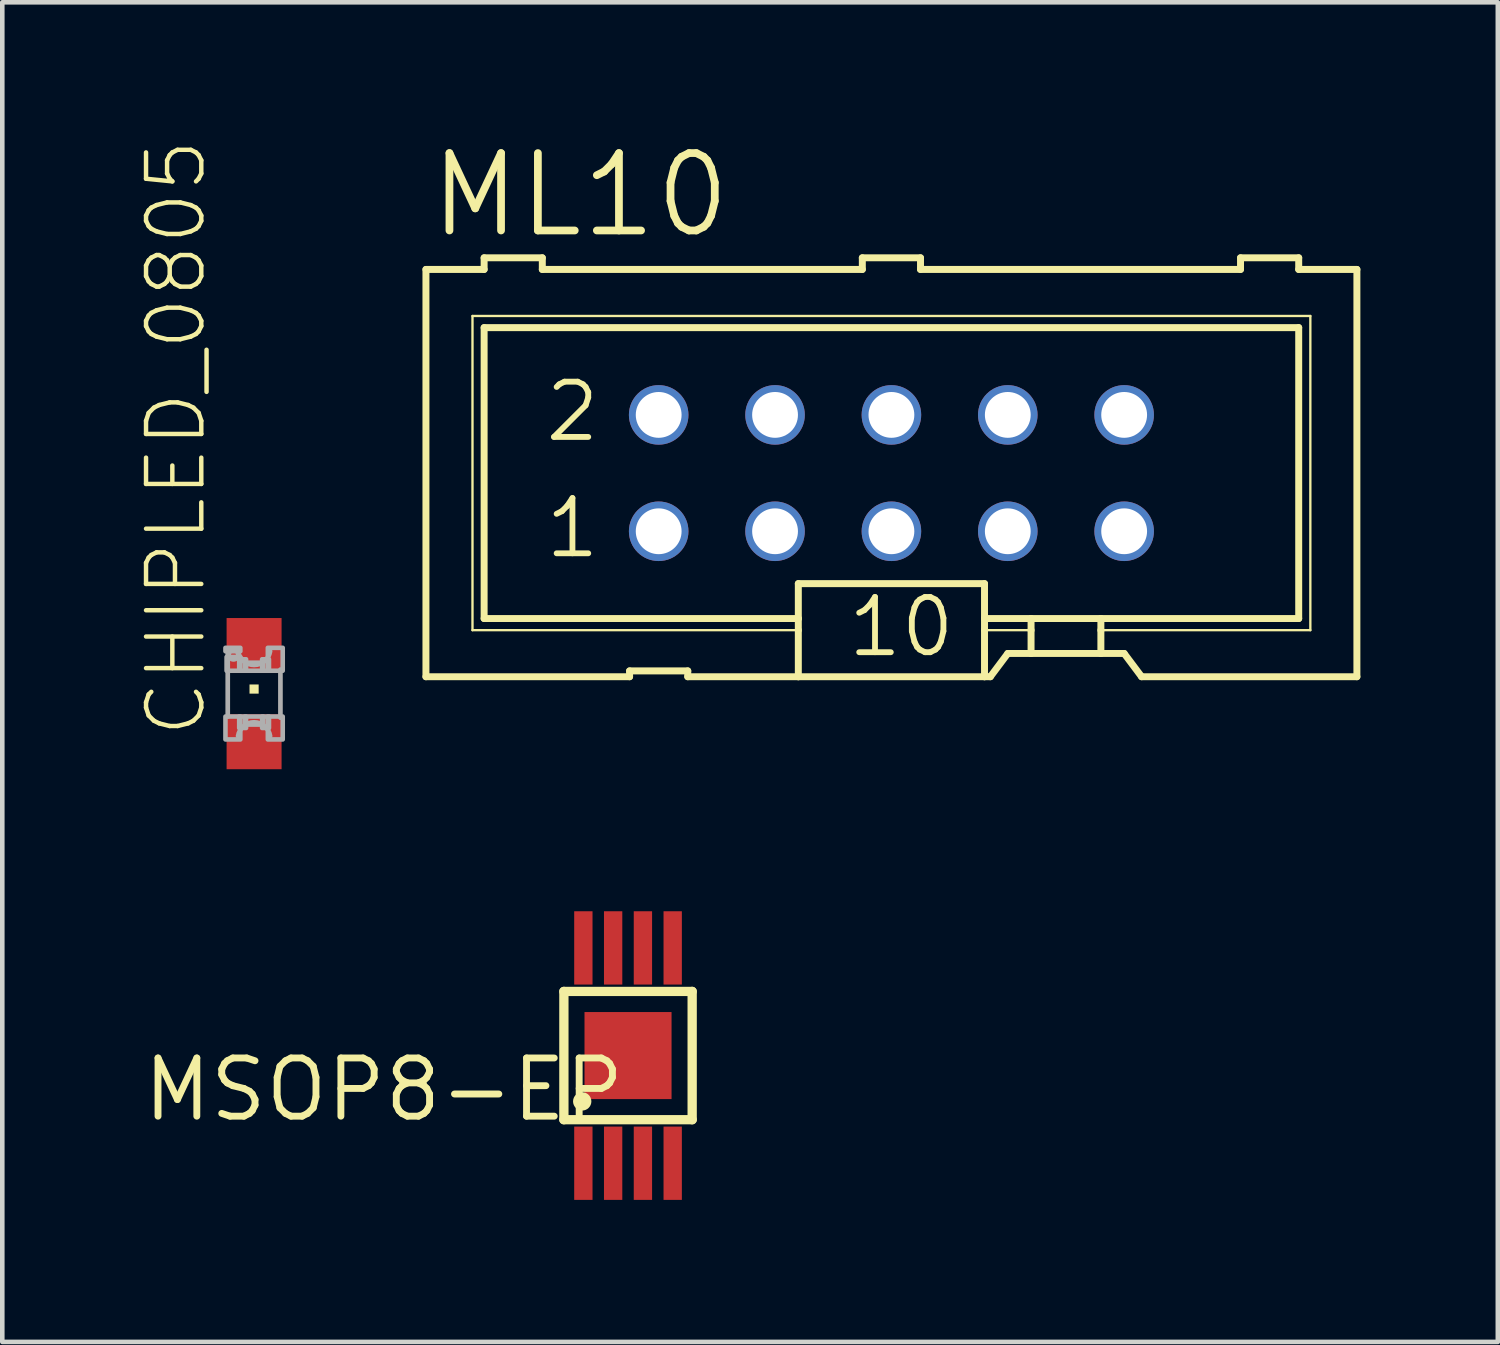
<source format=kicad_pcb>
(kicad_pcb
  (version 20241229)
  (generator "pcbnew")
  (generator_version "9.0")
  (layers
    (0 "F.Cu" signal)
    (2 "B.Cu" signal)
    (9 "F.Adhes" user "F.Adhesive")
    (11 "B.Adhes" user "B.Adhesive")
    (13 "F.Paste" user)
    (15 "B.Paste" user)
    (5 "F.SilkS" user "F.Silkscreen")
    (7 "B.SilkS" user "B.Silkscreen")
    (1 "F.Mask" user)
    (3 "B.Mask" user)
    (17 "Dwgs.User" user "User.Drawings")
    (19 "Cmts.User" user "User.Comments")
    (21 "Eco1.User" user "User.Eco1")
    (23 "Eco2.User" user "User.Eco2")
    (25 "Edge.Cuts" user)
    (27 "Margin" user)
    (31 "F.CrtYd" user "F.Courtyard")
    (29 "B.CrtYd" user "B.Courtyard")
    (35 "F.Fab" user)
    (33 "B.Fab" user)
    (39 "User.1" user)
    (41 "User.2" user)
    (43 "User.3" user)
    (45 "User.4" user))
  (footprint "MSOP8-EP"
    (layer "F.Cu")
    (at 10.658 19.99)
    (property "Reference" "MSOP8-EP" (at 0 0 0) (layer "F.SilkS") (effects (font (size 1.27 1.27) (thickness 0.15)) (justify right top)))
    (attr through_hole)
    (fp_poly (pts (xy -1.225 -1.525) (xy -0.725 -1.525) (xy -0.725 -3.25) (xy -1.225 -3.25)) (stroke (width 0) (type solid)) (fill yes) (layer "F.Mask"))
    (fp_poly (pts (xy -1.225 3.25) (xy -0.725 3.25) (xy -0.725 1.525) (xy -1.225 1.525)) (stroke (width 0) (type solid)) (fill yes) (layer "F.Mask"))
    (fp_poly (pts (xy -0.575 -1.525) (xy -0.075 -1.525) (xy -0.075 -3.25) (xy -0.575 -3.25)) (stroke (width 0) (type solid)) (fill yes) (layer "F.Mask"))
    (fp_poly (pts (xy -0.575 3.25) (xy -0.075 3.25) (xy -0.075 1.525) (xy -0.575 1.525)) (stroke (width 0) (type solid)) (fill yes) (layer "F.Mask"))
    (fp_poly (pts (xy 0.075 -1.525) (xy 0.575 -1.525) (xy 0.575 -3.25) (xy 0.075 -3.25)) (stroke (width 0) (type solid)) (fill yes) (layer "F.Mask"))
    (fp_poly (pts (xy 0.075 3.25) (xy 0.575 3.25) (xy 0.575 1.525) (xy 0.075 1.525)) (stroke (width 0) (type solid)) (fill yes) (layer "F.Mask"))
    (fp_poly (pts (xy 0.725 -1.525) (xy 1.225 -1.525) (xy 1.225 -3.25) (xy 0.725 -3.25)) (stroke (width 0) (type solid)) (fill yes) (layer "F.Mask"))
    (fp_poly (pts (xy 0.725 3.25) (xy 1.225 3.25) (xy 1.225 1.525) (xy 0.725 1.525)) (stroke (width 0) (type solid)) (fill yes) (layer "F.Mask"))
    (fp_line (start -1.4 -1.4) (end 1.4 -1.4) (stroke (width 0.203) (type solid)) (layer "F.SilkS"))
    (fp_line (start -1.4 1.4) (end -1.4 -1.4) (stroke (width 0.203) (type solid)) (layer "F.SilkS"))
    (fp_line (start 1.4 -1.4) (end 1.4 1.4) (stroke (width 0.203) (type solid)) (layer "F.SilkS"))
    (fp_line (start 1.4 1.4) (end -1.4 1.4) (stroke (width 0.203) (type solid)) (layer "F.SilkS"))
    (fp_circle (center -1 1) (end -0.9 1) (stroke (width 0.2) (type solid)) (fill no) (layer "F.SilkS"))
    (pad "1" smd rect (at -0.975 2.35) (size 0.4 1.6) (layers "F.Cu" "F.Mask" "F.Paste"))
    (pad "2" smd rect (at -0.325 2.35) (size 0.4 1.6) (layers "F.Cu" "F.Mask" "F.Paste"))
    (pad "3" smd rect (at 0.325 2.35) (size 0.4 1.6) (layers "F.Cu" "F.Mask" "F.Paste"))
    (pad "4" smd rect (at 0.975 2.35) (size 0.4 1.6) (layers "F.Cu" "F.Mask" "F.Paste"))
    (pad "5" smd rect (at 0.975 -2.35) (size 0.4 1.6) (layers "F.Cu" "F.Mask" "F.Paste"))
    (pad "6" smd rect (at 0.325 -2.35) (size 0.4 1.6) (layers "F.Cu" "F.Mask" "F.Paste"))
    (pad "7" smd rect (at -0.325 -2.35) (size 0.4 1.6) (layers "F.Cu" "F.Mask" "F.Paste"))
    (pad "8" smd rect (at -0.975 -2.35) (size 0.4 1.6) (layers "F.Cu" "F.Mask" "F.Paste"))
    (pad "EP" smd rect (at 0 0) (size 1.9 1.9) (layers "F.Cu" "F.Mask" "F.Paste")))
  (footprint "ML10"
    (layer "F.Cu")
    (at 16.407 7.276)
    (property "Reference" "ML10" (at -10.16 -5.08 180) (layer "F.SilkS") (effects (font (size 1.689 1.689) (thickness 0.169)) (justify left bottom)))
    (attr through_hole)
    (fp_line (start -10.16 -4.445) (end -10.16 4.445) (stroke (width 0.152) (type solid)) (layer "F.SilkS"))
    (fp_line (start -10.16 -4.445) (end -8.89 -4.445) (stroke (width 0.152) (type solid)) (layer "F.SilkS"))
    (fp_line (start -9.144 -3.429) (end -9.144 3.429) (stroke (width 0.051) (type solid)) (layer "F.SilkS"))
    (fp_line (start -9.144 3.429) (end -2.032 3.429) (stroke (width 0.051) (type solid)) (layer "F.SilkS"))
    (fp_line (start -8.89 -4.699) (end -8.89 -4.445) (stroke (width 0.152) (type solid)) (layer "F.SilkS"))
    (fp_line (start -8.89 -3.175) (end -8.89 3.175) (stroke (width 0.152) (type solid)) (layer "F.SilkS"))
    (fp_line (start -8.89 -3.175) (end 8.89 -3.175) (stroke (width 0.152) (type solid)) (layer "F.SilkS"))
    (fp_line (start -7.62 -4.699) (end -8.89 -4.699) (stroke (width 0.152) (type solid)) (layer "F.SilkS"))
    (fp_line (start -7.62 -4.699) (end -7.62 -4.445) (stroke (width 0.152) (type solid)) (layer "F.SilkS"))
    (fp_line (start -7.62 -4.445) (end -0.635 -4.445) (stroke (width 0.152) (type solid)) (layer "F.SilkS"))
    (fp_line (start -5.715 4.445) (end -10.16 4.445) (stroke (width 0.152) (type solid)) (layer "F.SilkS"))
    (fp_line (start -5.715 4.445) (end -5.715 4.318) (stroke (width 0.152) (type solid)) (layer "F.SilkS"))
    (fp_line (start -4.445 4.318) (end -5.715 4.318) (stroke (width 0.152) (type solid)) (layer "F.SilkS"))
    (fp_line (start -4.445 4.318) (end -4.445 4.445) (stroke (width 0.152) (type solid)) (layer "F.SilkS"))
    (fp_line (start -2.032 3.175) (end -8.89 3.175) (stroke (width 0.152) (type solid)) (layer "F.SilkS"))
    (fp_line (start -2.032 3.175) (end -2.032 2.413) (stroke (width 0.152) (type solid)) (layer "F.SilkS"))
    (fp_line (start -2.032 3.175) (end -2.032 3.429) (stroke (width 0.152) (type solid)) (layer "F.SilkS"))
    (fp_line (start -2.032 3.429) (end -2.032 4.445) (stroke (width 0.152) (type solid)) (layer "F.SilkS"))
    (fp_line (start -2.032 4.445) (end -4.445 4.445) (stroke (width 0.152) (type solid)) (layer "F.SilkS"))
    (fp_line (start -0.635 -4.699) (end -0.635 -4.445) (stroke (width 0.152) (type solid)) (layer "F.SilkS"))
    (fp_line (start 0.635 -4.699) (end -0.635 -4.699) (stroke (width 0.152) (type solid)) (layer "F.SilkS"))
    (fp_line (start 0.635 -4.699) (end 0.635 -4.445) (stroke (width 0.152) (type solid)) (layer "F.SilkS"))
    (fp_line (start 0.635 -4.445) (end 7.62 -4.445) (stroke (width 0.152) (type solid)) (layer "F.SilkS"))
    (fp_line (start 2.032 2.413) (end -2.032 2.413) (stroke (width 0.152) (type solid)) (layer "F.SilkS"))
    (fp_line (start 2.032 2.413) (end 2.032 3.175) (stroke (width 0.152) (type solid)) (layer "F.SilkS"))
    (fp_line (start 2.032 3.175) (end 2.032 3.429) (stroke (width 0.152) (type solid)) (layer "F.SilkS"))
    (fp_line (start 2.032 3.429) (end 2.032 4.445) (stroke (width 0.152) (type solid)) (layer "F.SilkS"))
    (fp_line (start 2.032 4.445) (end -2.032 4.445) (stroke (width 0.152) (type solid)) (layer "F.SilkS"))
    (fp_line (start 2.159 4.445) (end 2.032 4.445) (stroke (width 0.152) (type solid)) (layer "F.SilkS"))
    (fp_line (start 2.159 4.445) (end 2.54 3.937) (stroke (width 0.152) (type solid)) (layer "F.SilkS"))
    (fp_line (start 3.048 3.175) (end 2.032 3.175) (stroke (width 0.152) (type solid)) (layer "F.SilkS"))
    (fp_line (start 3.048 3.175) (end 3.048 3.429) (stroke (width 0.152) (type solid)) (layer "F.SilkS"))
    (fp_line (start 3.048 3.429) (end 2.032 3.429) (stroke (width 0.051) (type solid)) (layer "F.SilkS"))
    (fp_line (start 3.048 3.429) (end 3.048 3.937) (stroke (width 0.152) (type solid)) (layer "F.SilkS"))
    (fp_line (start 3.048 3.937) (end 2.54 3.937) (stroke (width 0.152) (type solid)) (layer "F.SilkS"))
    (fp_line (start 4.572 3.175) (end 3.048 3.175) (stroke (width 0.152) (type solid)) (layer "F.SilkS"))
    (fp_line (start 4.572 3.175) (end 4.572 3.429) (stroke (width 0.152) (type solid)) (layer "F.SilkS"))
    (fp_line (start 4.572 3.429) (end 4.572 3.937) (stroke (width 0.152) (type solid)) (layer "F.SilkS"))
    (fp_line (start 4.572 3.429) (end 9.144 3.429) (stroke (width 0.051) (type solid)) (layer "F.SilkS"))
    (fp_line (start 4.572 3.937) (end 3.048 3.937) (stroke (width 0.152) (type solid)) (layer "F.SilkS"))
    (fp_line (start 5.08 3.937) (end 4.572 3.937) (stroke (width 0.152) (type solid)) (layer "F.SilkS"))
    (fp_line (start 5.08 3.937) (end 5.461 4.445) (stroke (width 0.152) (type solid)) (layer "F.SilkS"))
    (fp_line (start 7.62 -4.445) (end 7.62 -4.699) (stroke (width 0.152) (type solid)) (layer "F.SilkS"))
    (fp_line (start 8.89 -4.699) (end 7.62 -4.699) (stroke (width 0.152) (type solid)) (layer "F.SilkS"))
    (fp_line (start 8.89 -4.445) (end 8.89 -4.699) (stroke (width 0.152) (type solid)) (layer "F.SilkS"))
    (fp_line (start 8.89 -4.445) (end 10.16 -4.445) (stroke (width 0.152) (type solid)) (layer "F.SilkS"))
    (fp_line (start 8.89 3.175) (end 4.572 3.175) (stroke (width 0.152) (type solid)) (layer "F.SilkS"))
    (fp_line (start 8.89 3.175) (end 8.89 -3.175) (stroke (width 0.152) (type solid)) (layer "F.SilkS"))
    (fp_line (start 9.144 -3.429) (end -9.144 -3.429) (stroke (width 0.051) (type solid)) (layer "F.SilkS"))
    (fp_line (start 9.144 3.429) (end 9.144 -3.429) (stroke (width 0.051) (type solid)) (layer "F.SilkS"))
    (fp_line (start 10.16 4.445) (end 5.461 4.445) (stroke (width 0.152) (type solid)) (layer "F.SilkS"))
    (fp_line (start 10.16 4.445) (end 10.16 -4.445) (stroke (width 0.152) (type solid)) (layer "F.SilkS"))
    (fp_poly (pts (xy -5.334 -1.016) (xy -4.826 -1.016) (xy -4.826 -1.524) (xy -5.334 -1.524)) (stroke (width 0.1) (type solid)) (fill no) (layer "F.Fab"))
    (fp_poly (pts (xy -5.334 1.524) (xy -4.826 1.524) (xy -4.826 1.016) (xy -5.334 1.016)) (stroke (width 0.1) (type solid)) (fill no) (layer "F.Fab"))
    (fp_poly (pts (xy -2.794 -1.016) (xy -2.286 -1.016) (xy -2.286 -1.524) (xy -2.794 -1.524)) (stroke (width 0.1) (type solid)) (fill no) (layer "F.Fab"))
    (fp_poly (pts (xy -2.794 1.524) (xy -2.286 1.524) (xy -2.286 1.016) (xy -2.794 1.016)) (stroke (width 0.1) (type solid)) (fill no) (layer "F.Fab"))
    (fp_poly (pts (xy -0.254 -1.016) (xy 0.254 -1.016) (xy 0.254 -1.524) (xy -0.254 -1.524)) (stroke (width 0.1) (type solid)) (fill no) (layer "F.Fab"))
    (fp_poly (pts (xy -0.254 1.524) (xy 0.254 1.524) (xy 0.254 1.016) (xy -0.254 1.016)) (stroke (width 0.1) (type solid)) (fill no) (layer "F.Fab"))
    (fp_poly (pts (xy 2.286 -1.016) (xy 2.794 -1.016) (xy 2.794 -1.524) (xy 2.286 -1.524)) (stroke (width 0.1) (type solid)) (fill no) (layer "F.Fab"))
    (fp_poly (pts (xy 2.286 1.524) (xy 2.794 1.524) (xy 2.794 1.016) (xy 2.286 1.016)) (stroke (width 0.1) (type solid)) (fill no) (layer "F.Fab"))
    (fp_poly (pts (xy 4.826 -1.016) (xy 5.334 -1.016) (xy 5.334 -1.524) (xy 4.826 -1.524)) (stroke (width 0.1) (type solid)) (fill no) (layer "F.Fab"))
    (fp_poly (pts (xy 4.826 1.524) (xy 5.334 1.524) (xy 5.334 1.016) (xy 4.826 1.016)) (stroke (width 0.1) (type solid)) (fill no) (layer "F.Fab"))
    (fp_text user "2" (at -7.62 -0.635 0) (layer "F.SilkS") (effects (font (size 1.206 1.206) (thickness 0.127)) (justify left bottom)))
    (fp_text user "10" (at -1.016 4.064 0) (layer "F.SilkS") (effects (font (size 1.206 1.206) (thickness 0.127)) (justify left bottom)))
    (fp_text user "1" (at -7.62 1.905 0) (layer "F.SilkS") (effects (font (size 1.206 1.206) (thickness 0.127)) (justify left bottom)))
    (pad "1" thru_hole circle (at -5.08 1.27) (size 1.3 1.3) (drill 1) (layers "*.Cu" "*.Mask"))
    (pad "2" thru_hole circle (at -5.08 -1.27) (size 1.3 1.3) (drill 1) (layers "*.Cu" "*.Mask"))
    (pad "3" thru_hole circle (at -2.54 1.27) (size 1.3 1.3) (drill 1) (layers "*.Cu" "*.Mask"))
    (pad "4" thru_hole circle (at -2.54 -1.27) (size 1.3 1.3) (drill 1) (layers "*.Cu" "*.Mask"))
    (pad "5" thru_hole circle (at 0 1.27) (size 1.3 1.3) (drill 1) (layers "*.Cu" "*.Mask"))
    (pad "6" thru_hole circle (at 0 -1.27) (size 1.3 1.3) (drill 1) (layers "*.Cu" "*.Mask"))
    (pad "7" thru_hole circle (at 2.54 1.27) (size 1.3 1.3) (drill 1) (layers "*.Cu" "*.Mask"))
    (pad "8" thru_hole circle (at 2.54 -1.27) (size 1.3 1.3) (drill 1) (layers "*.Cu" "*.Mask"))
    (pad "9" thru_hole circle (at 5.08 1.27) (size 1.3 1.3) (drill 1) (layers "*.Cu" "*.Mask"))
    (pad "10" thru_hole circle (at 5.08 -1.27) (size 1.3 1.3) (drill 1) (layers "*.Cu" "*.Mask")))
  (footprint "CHIPLED_0805"
    (layer "F.Cu")
    (at 2.496 12.09)
    (property "Reference" "CHIPLED_0805" (at -1 1 270) (layer "F.SilkS") (effects (font (size 1.206 1.206) (thickness 0.097)) (justify left bottom)))
    (attr through_hole)
    (fp_poly (pts (xy -0.1 0) (xy 0.1 0) (xy 0.1 -0.2) (xy -0.1 -0.2)) (stroke (width 0) (type solid)) (fill yes) (layer "F.SilkS"))
    (fp_line (start -0.575 0.5) (end -0.575 -0.925) (stroke (width 0.102) (type solid)) (layer "F.Fab"))
    (fp_line (start 0.575 -0.525) (end 0.575 0.525) (stroke (width 0.102) (type solid)) (layer "F.Fab"))
    (fp_arc (start -0.35 0.925) (mid -0.000001 0.625027) (end 0.35 0.924998) (stroke (width 0.1016) (type solid)) (layer "F.Fab"))
    (fp_arc (start 0.35 -0.924998) (mid -0.000001 -0.625027) (end -0.35 -0.925) (stroke (width 0.1016) (type solid)) (layer "F.Fab"))
    (fp_circle (center -0.45 -0.85) (end -0.347 -0.85) (stroke (width 0.102) (type solid)) (fill no) (layer "F.Fab"))
    (fp_poly (pts (xy -0.625 -0.925) (xy -0.3 -0.925) (xy -0.3 -1) (xy -0.625 -1)) (stroke (width 0.1) (type solid)) (fill no) (layer "F.Fab"))
    (fp_poly (pts (xy -0.625 1) (xy -0.3 1) (xy -0.3 0.5) (xy -0.625 0.5)) (stroke (width 0.1) (type solid)) (fill no) (layer "F.Fab"))
    (fp_poly (pts (xy -0.6 -0.5) (xy -0.3 -0.5) (xy -0.3 -0.8) (xy -0.6 -0.8)) (stroke (width 0.1) (type solid)) (fill no) (layer "F.Fab"))
    (fp_poly (pts (xy -0.325 -0.5) (xy -0.175 -0.5) (xy -0.175 -0.75) (xy -0.325 -0.75)) (stroke (width 0.1) (type solid)) (fill no) (layer "F.Fab"))
    (fp_poly (pts (xy -0.325 0.75) (xy -0.175 0.75) (xy -0.175 0.5) (xy -0.325 0.5)) (stroke (width 0.1) (type solid)) (fill no) (layer "F.Fab"))
    (fp_poly (pts (xy -0.2 -0.5) (xy 0.2 -0.5) (xy 0.2 -0.675) (xy -0.2 -0.675)) (stroke (width 0.1) (type solid)) (fill no) (layer "F.Fab"))
    (fp_poly (pts (xy -0.2 0.675) (xy 0.2 0.675) (xy 0.2 0.5) (xy -0.2 0.5)) (stroke (width 0.1) (type solid)) (fill no) (layer "F.Fab"))
    (fp_poly (pts (xy 0.175 -0.5) (xy 0.325 -0.5) (xy 0.325 -0.75) (xy 0.175 -0.75)) (stroke (width 0.1) (type solid)) (fill no) (layer "F.Fab"))
    (fp_poly (pts (xy 0.175 0.75) (xy 0.325 0.75) (xy 0.325 0.5) (xy 0.175 0.5)) (stroke (width 0.1) (type solid)) (fill no) (layer "F.Fab"))
    (fp_poly (pts (xy 0.3 -0.5) (xy 0.625 -0.5) (xy 0.625 -1) (xy 0.3 -1)) (stroke (width 0.1) (type solid)) (fill no) (layer "F.Fab"))
    (fp_poly (pts (xy 0.3 1) (xy 0.625 1) (xy 0.625 0.5) (xy 0.3 0.5)) (stroke (width 0.1) (type solid)) (fill no) (layer "F.Fab"))
    (pad "A" smd rect (at 0 1.05) (size 1.2 1.2) (layers "F.Cu" "F.Mask" "F.Paste"))
    (pad "C" smd rect (at 0 -1.05) (size 1.2 1.2) (layers "F.Cu" "F.Mask" "F.Paste")))
  (gr_rect
    (start -3 -3)
    (end 29.643 26.24)
    (stroke (width 0.1) (type default))
    (fill no)
    (layer "Edge.Cuts")))
</source>
